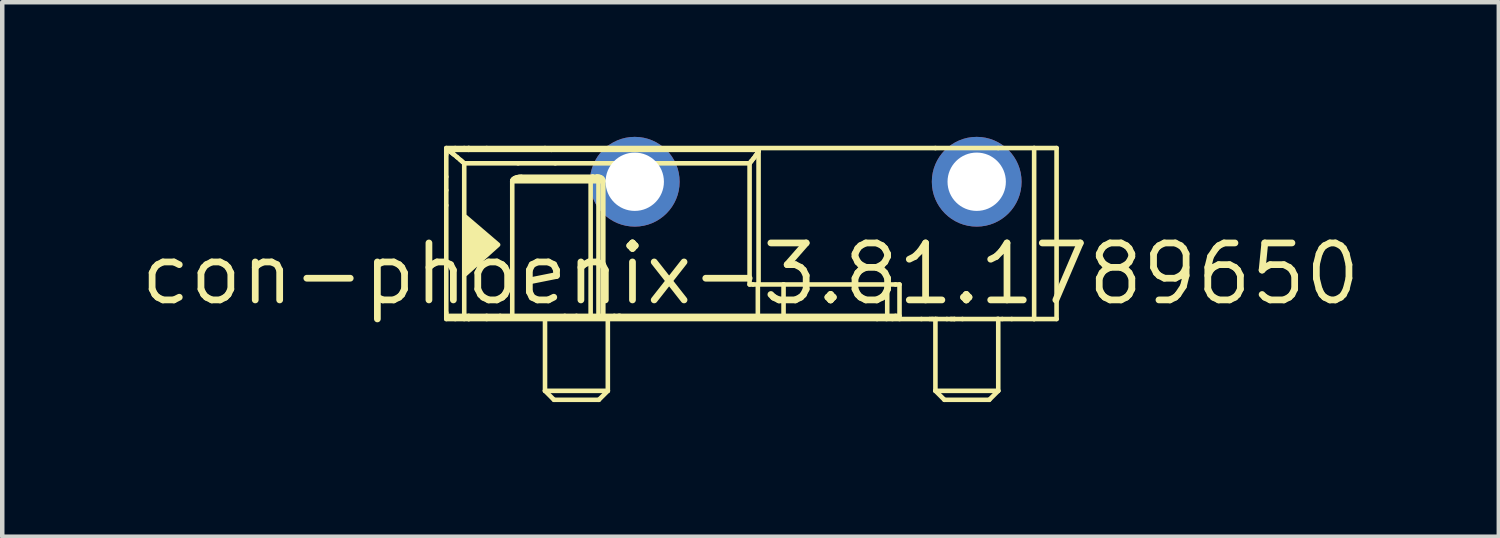
<source format=kicad_pcb>
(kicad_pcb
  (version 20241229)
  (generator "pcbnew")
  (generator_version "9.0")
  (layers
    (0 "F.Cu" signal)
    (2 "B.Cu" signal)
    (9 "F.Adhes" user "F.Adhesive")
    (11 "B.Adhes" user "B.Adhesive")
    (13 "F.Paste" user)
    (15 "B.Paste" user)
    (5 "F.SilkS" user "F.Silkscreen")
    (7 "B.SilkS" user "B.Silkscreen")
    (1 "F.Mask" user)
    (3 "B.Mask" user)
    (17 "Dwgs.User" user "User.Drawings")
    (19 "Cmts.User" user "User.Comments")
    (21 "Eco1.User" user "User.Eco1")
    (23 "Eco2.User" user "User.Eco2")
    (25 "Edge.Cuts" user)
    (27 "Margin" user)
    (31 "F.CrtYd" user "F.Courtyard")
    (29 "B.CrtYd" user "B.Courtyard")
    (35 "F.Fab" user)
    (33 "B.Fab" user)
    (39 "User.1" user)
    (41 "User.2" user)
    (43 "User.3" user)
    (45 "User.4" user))
  (footprint "con-phoenix-3.81.1789650"
    (layer "F.Cu")
    (at 13.675 3.054)
    (property "Reference" "con-phoenix-3.81.1789650" (at 0 0 0) (layer "F.SilkS") (effects (font (size 1.27 1.27) (thickness 0.15))))
    (attr through_hole)
    (fp_line (start -6.78 -2.805) (end -6.58 -2.805) (stroke (width 0.102) (type default)) (layer "F.SilkS"))
    (fp_line (start -6.78 -2.765) (end -6.78 -2.805) (stroke (width 0.102) (type default)) (layer "F.SilkS"))
    (fp_line (start -6.78 -2.665) (end -6.78 -2.765) (stroke (width 0.102) (type default)) (layer "F.SilkS"))
    (fp_line (start -6.78 -2.165) (end -6.78 -2.665) (stroke (width 0.102) (type default)) (layer "F.SilkS"))
    (fp_line (start -6.78 -1.865) (end -6.78 -2.165) (stroke (width 0.102) (type default)) (layer "F.SilkS"))
    (fp_line (start -6.78 -1.527) (end -6.78 -1.865) (stroke (width 0.102) (type default)) (layer "F.SilkS"))
    (fp_line (start -6.78 -1.527) (end -6.78 -0.273) (stroke (width 0.102) (type default)) (layer "F.SilkS"))
    (fp_line (start -6.78 0.865) (end -6.78 -0.273) (stroke (width 0.102) (type default)) (layer "F.SilkS"))
    (fp_line (start -6.78 0.935) (end -6.78 0.865) (stroke (width 0.102) (type default)) (layer "F.SilkS"))
    (fp_line (start -6.78 0.935) (end -6.38 0.935) (stroke (width 0.102) (type default)) (layer "F.SilkS"))
    (fp_line (start -6.78 1.005) (end -6.78 0.935) (stroke (width 0.102) (type default)) (layer "F.SilkS"))
    (fp_line (start -6.78 1.005) (end -6.58 1.005) (stroke (width 0.102) (type default)) (layer "F.SilkS"))
    (fp_line (start -6.767 -2.765) (end -6.78 -2.765) (stroke (width 0.102) (type default)) (layer "F.SilkS"))
    (fp_line (start -6.718 -2.743) (end -6.699 -2.729) (stroke (width 0.102) (type default)) (layer "F.SilkS"))
    (fp_line (start -6.699 -2.729) (end -6.676 -2.713) (stroke (width 0.102) (type default)) (layer "F.SilkS"))
    (fp_line (start -6.632 -2.678) (end -6.607 -2.658) (stroke (width 0.102) (type default)) (layer "F.SilkS"))
    (fp_line (start -6.58 -2.805) (end -6.38 -2.805) (stroke (width 0.102) (type default)) (layer "F.SilkS"))
    (fp_line (start -6.58 1.005) (end -6.38 1.005) (stroke (width 0.102) (type default)) (layer "F.SilkS"))
    (fp_line (start -6.462 -2.536) (end -6.422 -2.502) (stroke (width 0.102) (type default)) (layer "F.SilkS"))
    (fp_line (start -6.38 -2.805) (end -6.28 -2.805) (stroke (width 0.102) (type default)) (layer "F.SilkS"))
    (fp_line (start -6.38 0.935) (end -6.38 -2.465) (stroke (width 0.102) (type default)) (layer "F.SilkS"))
    (fp_line (start -6.38 1.005) (end -6.28 1.005) (stroke (width 0.102) (type default)) (layer "F.SilkS"))
    (fp_line (start -6.28 -2.805) (end -6.28 -2.765) (stroke (width 0.102) (type default)) (layer "F.SilkS"))
    (fp_line (start -6.28 -2.805) (end -5.88 -2.805) (stroke (width 0.102) (type default)) (layer "F.SilkS"))
    (fp_line (start -6.28 0.935) (end -6.28 1.005) (stroke (width 0.102) (type default)) (layer "F.SilkS"))
    (fp_line (start -5.88 -2.805) (end -4.58 -2.805) (stroke (width 0.102) (type default)) (layer "F.SilkS"))
    (fp_line (start -5.88 0.935) (end -6.38 0.935) (stroke (width 0.102) (type default)) (layer "F.SilkS"))
    (fp_line (start -5.88 1.005) (end -6.28 1.005) (stroke (width 0.102) (type default)) (layer "F.SilkS"))
    (fp_line (start -5.58 0.935) (end -5.88 0.935) (stroke (width 0.102) (type default)) (layer "F.SilkS"))
    (fp_line (start -5.31 -2.065) (end -5.31 0.935) (stroke (width 0.102) (type default)) (layer "F.SilkS"))
    (fp_line (start -5.31 0.935) (end -5.58 0.935) (stroke (width 0.102) (type default)) (layer "F.SilkS"))
    (fp_line (start -5.18 -2.465) (end -6.38 -2.465) (stroke (width 0.102) (type default)) (layer "F.SilkS"))
    (fp_line (start -5.11 -2.165) (end -3.513 -2.165) (stroke (width 0.102) (type default)) (layer "F.SilkS"))
    (fp_line (start -4.58 -2.805) (end -3.18 -2.805) (stroke (width 0.102) (type default)) (layer "F.SilkS"))
    (fp_line (start -4.58 1.005) (end -5.88 1.005) (stroke (width 0.102) (type default)) (layer "F.SilkS"))
    (fp_line (start -4.58 1.005) (end -4.58 2.605) (stroke (width 0.102) (type default)) (layer "F.SilkS"))
    (fp_line (start -4.58 2.605) (end -4.38 2.805) (stroke (width 0.102) (type default)) (layer "F.SilkS"))
    (fp_line (start -4.58 2.605) (end -3.18 2.605) (stroke (width 0.102) (type default)) (layer "F.SilkS"))
    (fp_line (start -4.438 -2.765) (end -6.767 -2.765) (stroke (width 0.102) (type default)) (layer "F.SilkS"))
    (fp_line (start -4.38 2.805) (end -3.38 2.805) (stroke (width 0.102) (type default)) (layer "F.SilkS"))
    (fp_line (start -4.351 -2.465) (end -5.18 -2.465) (stroke (width 0.102) (type default)) (layer "F.SilkS"))
    (fp_line (start -4.139 0.935) (end -5.31 0.935) (stroke (width 0.102) (type default)) (layer "F.SilkS"))
    (fp_line (start -3.879 0.935) (end -4.139 0.935) (stroke (width 0.102) (type default)) (layer "F.SilkS"))
    (fp_line (start -3.563 -2.065) (end -5.31 -2.065) (stroke (width 0.102) (type default)) (layer "F.SilkS"))
    (fp_line (start -3.563 0.935) (end -3.879 0.935) (stroke (width 0.102) (type default)) (layer "F.SilkS"))
    (fp_line (start -3.563 0.935) (end -3.563 -2.065) (stroke (width 0.102) (type default)) (layer "F.SilkS"))
    (fp_line (start -3.513 -2.165) (end -3.425 -2.165) (stroke (width 0.102) (type default)) (layer "F.SilkS"))
    (fp_line (start -3.425 -2.165) (end -3.396 -2.165) (stroke (width 0.102) (type default)) (layer "F.SilkS"))
    (fp_line (start -3.388 -2.065) (end -3.563 -2.065) (stroke (width 0.102) (type default)) (layer "F.SilkS"))
    (fp_line (start -3.388 0.935) (end -3.563 0.935) (stroke (width 0.102) (type default)) (layer "F.SilkS"))
    (fp_line (start -3.388 0.935) (end -3.388 -2.065) (stroke (width 0.102) (type default)) (layer "F.SilkS"))
    (fp_line (start -3.38 2.805) (end -3.18 2.605) (stroke (width 0.102) (type default)) (layer "F.SilkS"))
    (fp_line (start -3.281 -2.065) (end -3.388 -2.065) (stroke (width 0.102) (type default)) (layer "F.SilkS"))
    (fp_line (start -3.281 0.935) (end -3.388 0.935) (stroke (width 0.102) (type default)) (layer "F.SilkS"))
    (fp_line (start -3.281 0.935) (end -3.281 -2.065) (stroke (width 0.102) (type default)) (layer "F.SilkS"))
    (fp_line (start -3.18 -2.805) (end 4.12 -2.805) (stroke (width 0.102) (type default)) (layer "F.SilkS"))
    (fp_line (start -3.18 1.005) (end -4.58 1.005) (stroke (width 0.102) (type default)) (layer "F.SilkS"))
    (fp_line (start -3.18 1.005) (end -3.18 2.605) (stroke (width 0.102) (type default)) (layer "F.SilkS"))
    (fp_line (start -3.076 -2.465) (end -4.351 -2.465) (stroke (width 0.102) (type default)) (layer "F.SilkS"))
    (fp_line (start -3.036 0.935) (end -3.281 0.935) (stroke (width 0.102) (type default)) (layer "F.SilkS"))
    (fp_line (start -2.938 0.935) (end -3.036 0.935) (stroke (width 0.102) (type default)) (layer "F.SilkS"))
    (fp_line (start -2.911 0.935) (end -2.938 0.935) (stroke (width 0.102) (type default)) (layer "F.SilkS"))
    (fp_line (start -2.084 -2.465) (end -3.076 -2.465) (stroke (width 0.102) (type default)) (layer "F.SilkS"))
    (fp_line (start -0.021 -2.465) (end -2.084 -2.465) (stroke (width 0.102) (type default)) (layer "F.SilkS"))
    (fp_line (start -0.021 0.235) (end -0.021 -2.465) (stroke (width 0.102) (type default)) (layer "F.SilkS"))
    (fp_line (start -0.002 -2.489) (end 0.022 -2.518) (stroke (width 0.102) (type default)) (layer "F.SilkS"))
    (fp_line (start 0.054 -2.765) (end -4.438 -2.765) (stroke (width 0.102) (type default)) (layer "F.SilkS"))
    (fp_line (start 0.054 0.235) (end -0.021 0.235) (stroke (width 0.102) (type default)) (layer "F.SilkS"))
    (fp_line (start 0.108 -2.626) (end 0.121 -2.644) (stroke (width 0.102) (type default)) (layer "F.SilkS"))
    (fp_line (start 0.144 -2.677) (end 0.156 -2.695) (stroke (width 0.102) (type default)) (layer "F.SilkS"))
    (fp_line (start 0.152 -2.765) (end 0.054 -2.765) (stroke (width 0.102) (type default)) (layer "F.SilkS"))
    (fp_line (start 0.163 0.235) (end 0.054 0.235) (stroke (width 0.102) (type default)) (layer "F.SilkS"))
    (fp_line (start 0.163 0.935) (end -2.911 0.935) (stroke (width 0.102) (type default)) (layer "F.SilkS"))
    (fp_line (start 0.163 0.935) (end 0.163 0.235) (stroke (width 0.102) (type default)) (layer "F.SilkS"))
    (fp_line (start 0.172 -2.724) (end 0.176 -2.735) (stroke (width 0.102) (type default)) (layer "F.SilkS"))
    (fp_line (start 0.179 -2.748) (end 0.179 0.235) (stroke (width 0.102) (type default)) (layer "F.SilkS"))
    (fp_line (start 0.179 0.235) (end 0.163 0.235) (stroke (width 0.102) (type default)) (layer "F.SilkS"))
    (fp_line (start 0.736 0.235) (end 0.179 0.235) (stroke (width 0.102) (type default)) (layer "F.SilkS"))
    (fp_line (start 0.736 0.235) (end 3.046 0.235) (stroke (width 0.102) (type default)) (layer "F.SilkS"))
    (fp_line (start 0.736 0.935) (end 0.163 0.935) (stroke (width 0.102) (type default)) (layer "F.SilkS"))
    (fp_line (start 0.736 0.935) (end 0.736 0.235) (stroke (width 0.102) (type default)) (layer "F.SilkS"))
    (fp_line (start 2.82 1.005) (end -3.18 1.005) (stroke (width 0.102) (type default)) (layer "F.SilkS"))
    (fp_line (start 3.031 1.005) (end 2.82 1.005) (stroke (width 0.102) (type default)) (layer "F.SilkS"))
    (fp_line (start 3.046 0.935) (end 0.736 0.935) (stroke (width 0.102) (type default)) (layer "F.SilkS"))
    (fp_line (start 3.046 0.935) (end 3.046 0.235) (stroke (width 0.102) (type default)) (layer "F.SilkS"))
    (fp_line (start 3.162 1.005) (end 3.031 1.005) (stroke (width 0.102) (type default)) (layer "F.SilkS"))
    (fp_line (start 3.231 0.235) (end 3.046 0.235) (stroke (width 0.102) (type default)) (layer "F.SilkS"))
    (fp_line (start 3.231 0.935) (end 3.046 0.935) (stroke (width 0.102) (type default)) (layer "F.SilkS"))
    (fp_line (start 3.32 1.005) (end 3.162 1.005) (stroke (width 0.102) (type default)) (layer "F.SilkS"))
    (fp_line (start 3.32 0.235) (end 3.231 0.235) (stroke (width 0.102) (type default)) (layer "F.SilkS"))
    (fp_line (start 3.32 0.235) (end 3.32 0.935) (stroke (width 0.102) (type default)) (layer "F.SilkS"))
    (fp_line (start 3.32 0.935) (end 3.231 0.935) (stroke (width 0.102) (type default)) (layer "F.SilkS"))
    (fp_line (start 3.808 1.005) (end 3.32 1.005) (stroke (width 0.102) (type default)) (layer "F.SilkS"))
    (fp_line (start 3.996 1.005) (end 3.808 1.005) (stroke (width 0.102) (type default)) (layer "F.SilkS"))
    (fp_line (start 4.037 1.005) (end 3.996 1.005) (stroke (width 0.102) (type default)) (layer "F.SilkS"))
    (fp_line (start 4.066 1.005) (end 4.037 1.005) (stroke (width 0.102) (type default)) (layer "F.SilkS"))
    (fp_line (start 4.12 -2.805) (end 5.52 -2.805) (stroke (width 0.102) (type default)) (layer "F.SilkS"))
    (fp_line (start 4.12 1.005) (end 4.066 1.005) (stroke (width 0.102) (type default)) (layer "F.SilkS"))
    (fp_line (start 4.12 1.005) (end 4.12 2.605) (stroke (width 0.102) (type default)) (layer "F.SilkS"))
    (fp_line (start 4.12 2.605) (end 4.32 2.805) (stroke (width 0.102) (type default)) (layer "F.SilkS"))
    (fp_line (start 4.12 2.605) (end 5.52 2.605) (stroke (width 0.102) (type default)) (layer "F.SilkS"))
    (fp_line (start 4.154 1.005) (end 4.12 1.005) (stroke (width 0.102) (type default)) (layer "F.SilkS"))
    (fp_line (start 4.32 2.805) (end 5.32 2.805) (stroke (width 0.102) (type default)) (layer "F.SilkS"))
    (fp_line (start 4.375 1.005) (end 4.154 1.005) (stroke (width 0.102) (type default)) (layer "F.SilkS"))
    (fp_line (start 4.464 1.005) (end 4.375 1.005) (stroke (width 0.102) (type default)) (layer "F.SilkS"))
    (fp_line (start 4.493 1.005) (end 4.464 1.005) (stroke (width 0.102) (type default)) (layer "F.SilkS"))
    (fp_line (start 4.533 1.005) (end 4.493 1.005) (stroke (width 0.102) (type default)) (layer "F.SilkS"))
    (fp_line (start 4.546 1.005) (end 4.533 1.005) (stroke (width 0.102) (type default)) (layer "F.SilkS"))
    (fp_line (start 4.722 1.005) (end 4.546 1.005) (stroke (width 0.102) (type default)) (layer "F.SilkS"))
    (fp_line (start 5.32 2.805) (end 5.52 2.605) (stroke (width 0.102) (type default)) (layer "F.SilkS"))
    (fp_line (start 5.497 1.005) (end 4.722 1.005) (stroke (width 0.102) (type default)) (layer "F.SilkS"))
    (fp_line (start 5.52 -2.805) (end 6.32 -2.805) (stroke (width 0.102) (type default)) (layer "F.SilkS"))
    (fp_line (start 5.52 1.005) (end 5.497 1.005) (stroke (width 0.102) (type default)) (layer "F.SilkS"))
    (fp_line (start 5.52 1.005) (end 5.52 2.605) (stroke (width 0.102) (type default)) (layer "F.SilkS"))
    (fp_line (start 5.609 1.005) (end 5.52 1.005) (stroke (width 0.102) (type default)) (layer "F.SilkS"))
    (fp_line (start 5.82 1.005) (end 5.609 1.005) (stroke (width 0.102) (type default)) (layer "F.SilkS"))
    (fp_line (start 6.32 -2.805) (end 6.32 1.005) (stroke (width 0.102) (type default)) (layer "F.SilkS"))
    (fp_line (start 6.32 -2.805) (end 6.82 -2.805) (stroke (width 0.102) (type default)) (layer "F.SilkS"))
    (fp_line (start 6.32 1.005) (end 5.82 1.005) (stroke (width 0.102) (type default)) (layer "F.SilkS"))
    (fp_line (start 6.32 1.005) (end 6.82 1.005) (stroke (width 0.102) (type default)) (layer "F.SilkS"))
    (fp_line (start 6.82 1.005) (end 6.82 -2.805) (stroke (width 0.102) (type default)) (layer "F.SilkS"))
    (fp_arc (start -6.7673 -2.765) (mid -6.757444 -2.763454) (end -6.7482 -2.7597) (stroke (width 0.1016) (type default)) (layer "F.SilkS"))
    (fp_arc (start -6.7482 -2.7597) (mid -6.732902 -2.751811) (end -6.7183 -2.7427) (stroke (width 0.1016) (type default)) (layer "F.SilkS"))
    (fp_arc (start -6.6764 -2.7132) (mid -6.653908 -2.696033) (end -6.6317 -2.6785) (stroke (width 0.1016) (type default)) (layer "F.SilkS"))
    (fp_arc (start -6.6066 -2.6581) (mid -6.571924 -2.629401) (end -6.5375 -2.6004) (stroke (width 0.1016) (type default)) (layer "F.SilkS"))
    (fp_arc (start -6.5375 -2.6004) (mid -6.49958 -2.568131) (end -6.4618 -2.5357) (stroke (width 0.1016) (type default)) (layer "F.SilkS"))
    (fp_arc (start -6.4224 -2.5017) (mid -6.401197 -2.483354) (end -6.38 -2.465) (stroke (width 0.1016) (type default)) (layer "F.SilkS"))
    (fp_arc (start -5.3101 -2.065) (mid -5.309293 -2.073882) (end -5.307 -2.0825) (stroke (width 0.1016) (type default)) (layer "F.SilkS"))
    (fp_arc (start -5.307 -2.0825) (mid -5.303085 -2.091165) (end -5.298 -2.0992) (stroke (width 0.1016) (type default)) (layer "F.SilkS"))
    (fp_arc (start -5.298 -2.0992) (mid -5.291128 -2.107448) (end -5.2834 -2.1149) (stroke (width 0.1016) (type default)) (layer "F.SilkS"))
    (fp_arc (start -5.2834 -2.1149) (mid -5.273705 -2.122476) (end -5.2634 -2.1292) (stroke (width 0.1016) (type default)) (layer "F.SilkS"))
    (fp_arc (start -5.2634 -2.1292) (mid -5.249286 -2.136684) (end -5.2347 -2.1432) (stroke (width 0.1016) (type default)) (layer "F.SilkS"))
    (fp_arc (start -5.2347 -2.1432) (mid -5.215957 -2.14981) (end -5.1968 -2.1551) (stroke (width 0.1016) (type default)) (layer "F.SilkS"))
    (fp_arc (start -5.1968 -2.1551) (mid -5.175911 -2.159428) (end -5.1548 -2.1625) (stroke (width 0.1016) (type default)) (layer "F.SilkS"))
    (fp_arc (start -5.1548 -2.1625) (mid -5.132485 -2.164381) (end -5.1101 -2.165) (stroke (width 0.1016) (type default)) (layer "F.SilkS"))
    (fp_arc (start -3.5629 -2.065) (mid -3.562569 -2.076169) (end -3.5616 -2.0873) (stroke (width 0.1016) (type default)) (layer "F.SilkS"))
    (fp_arc (start -3.5616 -2.0873) (mid -3.560077 -2.097907) (end -3.5579 -2.1084) (stroke (width 0.1016) (type default)) (layer "F.SilkS"))
    (fp_arc (start -3.5579 -2.1084) (mid -3.555293 -2.117957) (end -3.552 -2.1273) (stroke (width 0.1016) (type default)) (layer "F.SilkS"))
    (fp_arc (start -3.552 -2.1273) (mid -3.548832 -2.134661) (end -3.545 -2.1417) (stroke (width 0.1016) (type default)) (layer "F.SilkS"))
    (fp_arc (start -3.5449 -2.1416) (mid -3.541578 -2.146762) (end -3.5378 -2.1516) (stroke (width 0.1016) (type default)) (layer "F.SilkS"))
    (fp_arc (start -3.5379 -2.1517) (mid -3.534164 -2.155582) (end -3.53 -2.159) (stroke (width 0.1016) (type default)) (layer "F.SilkS"))
    (fp_arc (start -3.53 -2.159) (mid -3.525967 -2.161562) (end -3.5216 -2.1635) (stroke (width 0.1016) (type default)) (layer "F.SilkS"))
    (fp_arc (start -3.5216 -2.1635) (mid -3.517314 -2.164623) (end -3.5129 -2.165) (stroke (width 0.1016) (type default)) (layer "F.SilkS"))
    (fp_arc (start -3.4254 -2.165) (mid -3.422066 -2.164616) (end -3.4189 -2.1635) (stroke (width 0.1016) (type default)) (layer "F.SilkS"))
    (fp_arc (start -3.4189 -2.1635) (mid -3.415557 -2.16152) (end -3.4126 -2.159) (stroke (width 0.1016) (type default)) (layer "F.SilkS"))
    (fp_arc (start -3.4126 -2.159) (mid -3.409433 -2.155473) (end -3.4067 -2.1516) (stroke (width 0.1016) (type default)) (layer "F.SilkS"))
    (fp_arc (start -3.4067 -2.1516) (mid -3.403852 -2.146756) (end -3.4014 -2.1417) (stroke (width 0.1016) (type default)) (layer "F.SilkS"))
    (fp_arc (start -3.4014 -2.1417) (mid -3.398476 -2.134601) (end -3.3961 -2.1273) (stroke (width 0.1016) (type default)) (layer "F.SilkS"))
    (fp_arc (start -3.3961 -2.165) (mid -3.384759 -2.164535) (end -3.3735 -2.1631) (stroke (width 0.1016) (type default)) (layer "F.SilkS"))
    (fp_arc (start -3.3961 -2.1273) (mid -3.393631 -2.117913) (end -3.3917 -2.1084) (stroke (width 0.1016) (type default)) (layer "F.SilkS"))
    (fp_arc (start -3.3917 -2.1084) (mid -3.390051 -2.097883) (end -3.3889 -2.0873) (stroke (width 0.1016) (type default)) (layer "F.SilkS"))
    (fp_arc (start -3.3889 -2.0873) (mid -3.38821 -2.07615) (end -3.388 -2.065) (stroke (width 0.1016) (type default)) (layer "F.SilkS"))
    (fp_arc (start -3.3735 -2.1631) (mid -3.362627 -2.160715) (end -3.352 -2.1574) (stroke (width 0.1016) (type default)) (layer "F.SilkS"))
    (fp_arc (start -3.352 -2.1574) (mid -3.341843 -2.153247) (end -3.3321 -2.1482) (stroke (width 0.1016) (type default)) (layer "F.SilkS"))
    (fp_arc (start -3.3321 -2.1482) (mid -3.323002 -2.142369) (end -3.3145 -2.1357) (stroke (width 0.1016) (type default)) (layer "F.SilkS"))
    (fp_arc (start -3.3145 -2.1357) (mid -3.306915 -2.128464) (end -3.3001 -2.1205) (stroke (width 0.1016) (type default)) (layer "F.SilkS"))
    (fp_arc (start -3.3001 -2.1205) (mid -3.294346 -2.11218) (end -3.2895 -2.1033) (stroke (width 0.1016) (type default)) (layer "F.SilkS"))
    (fp_arc (start -3.2895 -2.1033) (mid -3.285685 -2.094132) (end -3.2829 -2.0846) (stroke (width 0.1016) (type default)) (layer "F.SilkS"))
    (fp_arc (start -3.2829 -2.0846) (mid -3.281245 -2.074862) (end -3.2807 -2.065) (stroke (width 0.1016) (type default)) (layer "F.SilkS"))
    (fp_arc (start -0.0017 -2.4889) (mid -0.011448 -2.476949) (end -0.0212 -2.465) (stroke (width 0.1016) (type default)) (layer "F.SilkS"))
    (fp_arc (start 0.0675 -2.5746) (mid 0.044876 -2.546339) (end 0.0221 -2.5182) (stroke (width 0.1016) (type default)) (layer "F.SilkS"))
    (fp_arc (start 0.1078 -2.6264) (mid 0.087792 -2.60039) (end 0.0675 -2.5746) (stroke (width 0.1016) (type default)) (layer "F.SilkS"))
    (fp_arc (start 0.1443 -2.6769) (mid 0.132949 -2.660594) (end 0.1213 -2.6445) (stroke (width 0.1016) (type default)) (layer "F.SilkS"))
    (fp_arc (start 0.172 -2.7239) (mid 0.164417 -2.70917) (end 0.156 -2.6949) (stroke (width 0.1016) (type default)) (layer "F.SilkS"))
    (fp_arc (start 0.1789 -2.7478) (mid 0.178134 -2.741368) (end 0.1765 -2.7351) (stroke (width 0.1016) (type default)) (layer "F.SilkS"))
    (fp_poly (pts (xy -6.35 -1.27) (xy -5.625 -0.65) (xy -6.35 0)) (stroke (width 0.102) (type default)) (fill yes) (layer "F.SilkS"))
    (pad "A" thru_hole circle (at -2.58 -2.054) (size 2 2) (drill 1.3) (layers "*.Cu" "*.Mask"))
    (pad "B" thru_hole circle (at 5.04 -2.054) (size 2 2) (drill 1.3) (layers "*.Cu" "*.Mask")))
  (gr_rect
    (start -3 -3)
    (end 30.35 8.91)
    (stroke (width 0.1) (type default))
    (fill no)
    (layer "Edge.Cuts")))
</source>
